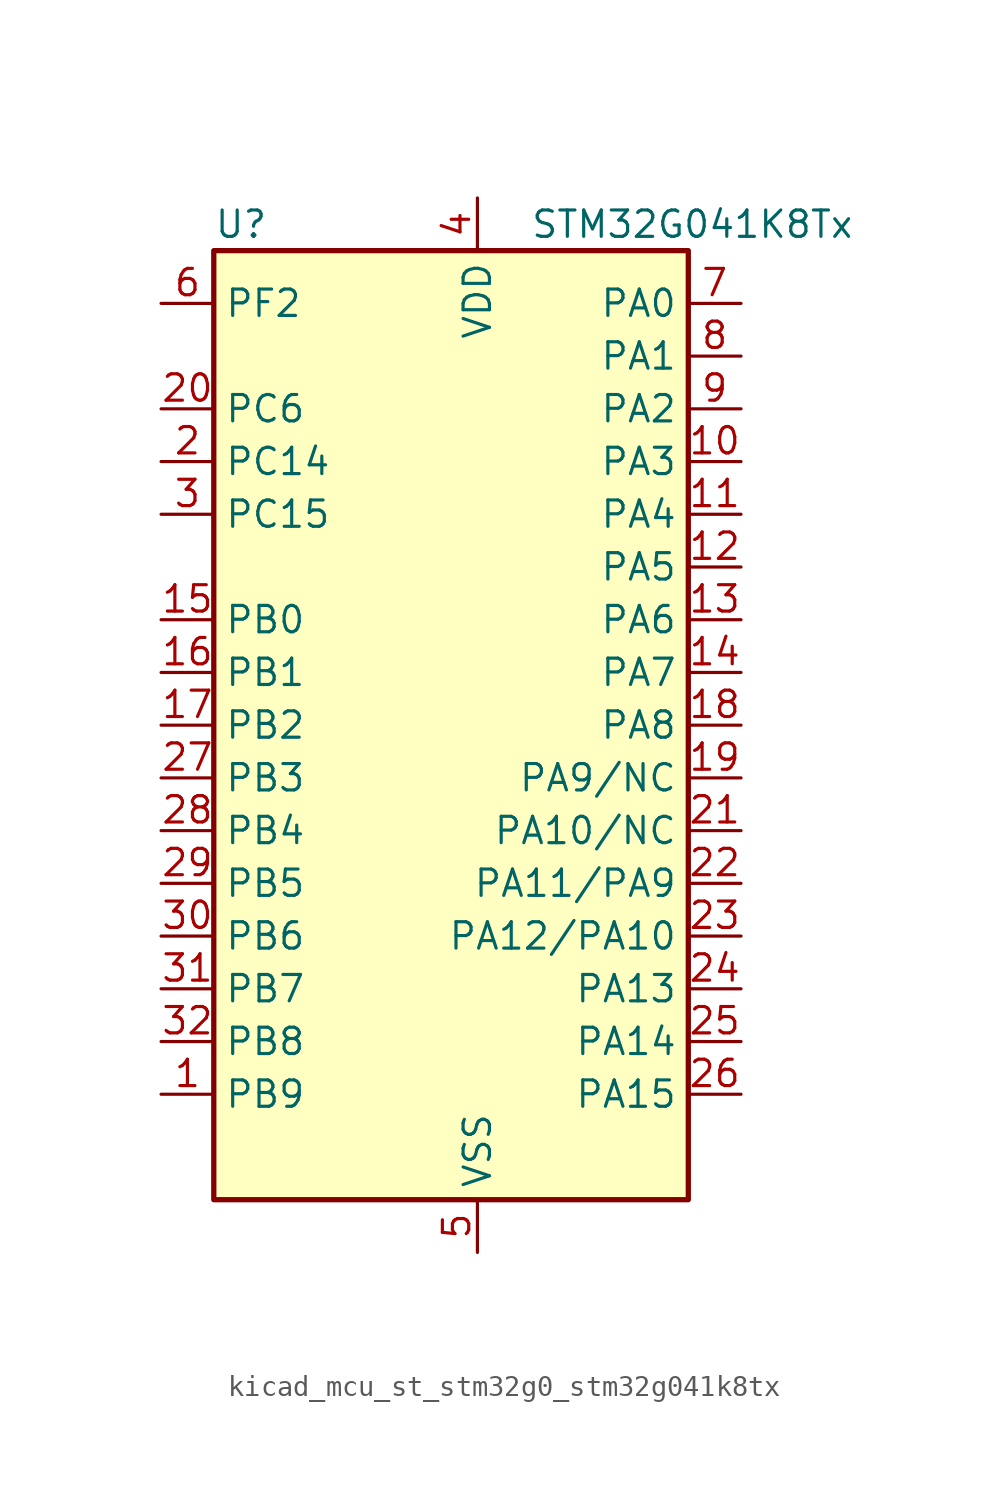
<source format=kicad_sym>
(kicad_symbol_lib
  (version 20220914)
  (generator kicad_symbol_editor)
  (symbol "kicad_mcu_st_stm32g0_stm32g041k8tx"
    (property "Reference" "U"
      (at -10.16 24.13 0)
      (effects (font (size 1.27 1.27)) (justify left)))
    (property "Value" "STM32G041K8Tx"
      (at 5.08 24.13 0)
      (effects (font (size 1.27 1.27)) (justify left)))
    (property "ki_locked" ""
      (at 0 0 0)
      (effects (font (size 1.27 1.27))))
    (symbol "kicad_mcu_st_stm32g0_stm32g041k8tx_0_1"
      (rectangle (start -10.16 -22.86) (end 12.7 22.86) (stroke (width 0.254) (type default)) (fill (type background))))
    (symbol "kicad_mcu_st_stm32g0_stm32g041k8tx_1_1"
      (pin bidirectional line (at -12.7 -17.78 0) (length 2.54) (name "PB9" (effects (font (size 1.27 1.27)))) (number "1" (effects (font (size 1.27 1.27)))) (alternate "I2C1_SDA" bidirectional line) (alternate "IR_OUT" bidirectional line) (alternate "SPI2_NSS" bidirectional line) (alternate "TIM17_CH1" bidirectional line))
      (pin bidirectional line (at 15.24 12.7 180) (length 2.54) (name "PA3" (effects (font (size 1.27 1.27)))) (number "10" (effects (font (size 1.27 1.27)))) (alternate "ADC1_IN3" bidirectional line) (alternate "LPUART1_RX" bidirectional line) (alternate "SPI2_MISO" bidirectional line) (alternate "TIM2_CH4" bidirectional line) (alternate "USART2_RX" bidirectional line))
      (pin bidirectional line (at 15.24 10.16 180) (length 2.54) (name "PA4" (effects (font (size 1.27 1.27)))) (number "11" (effects (font (size 1.27 1.27)))) (alternate "ADC1_IN4" bidirectional line) (alternate "I2S1_WS" bidirectional line) (alternate "LPTIM2_OUT" bidirectional line) (alternate "RTC_OUT_ALARM" bidirectional line) (alternate "RTC_OUT_CALIB" bidirectional line) (alternate "RTC_TAMP_IN1" bidirectional line) (alternate "RTC_TS" bidirectional line) (alternate "SPI1_NSS" bidirectional line) (alternate "SPI2_MOSI" bidirectional line) (alternate "SYS_WKUP2" bidirectional line) (alternate "TIM14_CH1" bidirectional line))
      (pin bidirectional line (at 15.24 7.62 180) (length 2.54) (name "PA5" (effects (font (size 1.27 1.27)))) (number "12" (effects (font (size 1.27 1.27)))) (alternate "ADC1_IN5" bidirectional line) (alternate "I2S1_CK" bidirectional line) (alternate "LPTIM2_ETR" bidirectional line) (alternate "SPI1_SCK" bidirectional line) (alternate "TIM2_CH1" bidirectional line) (alternate "TIM2_ETR" bidirectional line))
      (pin bidirectional line (at 15.24 5.08 180) (length 2.54) (name "PA6" (effects (font (size 1.27 1.27)))) (number "13" (effects (font (size 1.27 1.27)))) (alternate "ADC1_IN6" bidirectional line) (alternate "I2S1_MCK" bidirectional line) (alternate "LPUART1_CTS" bidirectional line) (alternate "SPI1_MISO" bidirectional line) (alternate "TIM16_CH1" bidirectional line) (alternate "TIM1_BK" bidirectional line) (alternate "TIM3_CH1" bidirectional line))
      (pin bidirectional line (at 15.24 2.54 180) (length 2.54) (name "PA7" (effects (font (size 1.27 1.27)))) (number "14" (effects (font (size 1.27 1.27)))) (alternate "ADC1_IN7" bidirectional line) (alternate "I2S1_SD" bidirectional line) (alternate "SPI1_MOSI" bidirectional line) (alternate "TIM14_CH1" bidirectional line) (alternate "TIM17_CH1" bidirectional line) (alternate "TIM1_CH1N" bidirectional line) (alternate "TIM3_CH2" bidirectional line))
      (pin bidirectional line (at -12.7 5.08 0) (length 2.54) (name "PB0" (effects (font (size 1.27 1.27)))) (number "15" (effects (font (size 1.27 1.27)))) (alternate "ADC1_IN8" bidirectional line) (alternate "I2S1_WS" bidirectional line) (alternate "LPTIM1_OUT" bidirectional line) (alternate "SPI1_NSS" bidirectional line) (alternate "TIM1_CH2N" bidirectional line) (alternate "TIM3_CH3" bidirectional line))
      (pin bidirectional line (at -12.7 2.54 0) (length 2.54) (name "PB1" (effects (font (size 1.27 1.27)))) (number "16" (effects (font (size 1.27 1.27)))) (alternate "ADC1_IN9" bidirectional line) (alternate "LPTIM2_IN1" bidirectional line) (alternate "LPUART1_DE" bidirectional line) (alternate "LPUART1_RTS" bidirectional line) (alternate "TIM14_CH1" bidirectional line) (alternate "TIM1_CH3N" bidirectional line) (alternate "TIM3_CH4" bidirectional line))
      (pin bidirectional line (at -12.7 0 0) (length 2.54) (name "PB2" (effects (font (size 1.27 1.27)))) (number "17" (effects (font (size 1.27 1.27)))) (alternate "ADC1_IN10" bidirectional line) (alternate "LPTIM1_OUT" bidirectional line) (alternate "SPI2_MISO" bidirectional line))
      (pin bidirectional line (at 15.24 0 180) (length 2.54) (name "PA8" (effects (font (size 1.27 1.27)))) (number "18" (effects (font (size 1.27 1.27)))) (alternate "LPTIM2_OUT" bidirectional line) (alternate "RCC_MCO" bidirectional line) (alternate "SPI2_NSS" bidirectional line) (alternate "TIM1_CH1" bidirectional line))
      (pin bidirectional line (at 15.24 -2.54 180) (length 2.54) (name "PA9/NC" (effects (font (size 1.27 1.27)))) (number "19" (effects (font (size 1.27 1.27)))) (alternate "I2C1_SCL" bidirectional line) (alternate "RCC_MCO" bidirectional line) (alternate "SPI2_MISO" bidirectional line) (alternate "TIM1_CH2" bidirectional line) (alternate "USART1_TX" bidirectional line))
      (pin bidirectional line (at -12.7 12.7 0) (length 2.54) (name "PC14" (effects (font (size 1.27 1.27)))) (number "2" (effects (font (size 1.27 1.27)))) (alternate "RCC_OSC32_IN" bidirectional line) (alternate "RCC_OSC_IN" bidirectional line) (alternate "TIM1_BK2" bidirectional line))
      (pin bidirectional line (at -12.7 15.24 0) (length 2.54) (name "PC6" (effects (font (size 1.27 1.27)))) (number "20" (effects (font (size 1.27 1.27)))) (alternate "TIM2_CH3" bidirectional line) (alternate "TIM3_CH1" bidirectional line))
      (pin bidirectional line (at 15.24 -5.08 180) (length 2.54) (name "PA10/NC" (effects (font (size 1.27 1.27)))) (number "21" (effects (font (size 1.27 1.27)))) (alternate "I2C1_SDA" bidirectional line) (alternate "SPI2_MOSI" bidirectional line) (alternate "TIM17_BK" bidirectional line) (alternate "TIM1_CH3" bidirectional line) (alternate "USART1_RX" bidirectional line))
      (pin bidirectional line (at 15.24 -7.62 180) (length 2.54) (name "PA11/PA9" (effects (font (size 1.27 1.27)))) (number "22" (effects (font (size 1.27 1.27)))) (alternate "ADC1_EXTI11" bidirectional line) (alternate "ADC1_IN15" bidirectional line) (alternate "I2C2_SCL" bidirectional line) (alternate "I2S1_MCK" bidirectional line) (alternate "SPI1_MISO" bidirectional line) (alternate "TIM1_BK2" bidirectional line) (alternate "TIM1_CH4" bidirectional line) (alternate "USART1_CTS" bidirectional line) (alternate "USART1_NSS" bidirectional line))
      (pin bidirectional line (at 15.24 -10.16 180) (length 2.54) (name "PA12/PA10" (effects (font (size 1.27 1.27)))) (number "23" (effects (font (size 1.27 1.27)))) (alternate "ADC1_IN16" bidirectional line) (alternate "I2C2_SDA" bidirectional line) (alternate "I2S1_SD" bidirectional line) (alternate "I2S_CKIN" bidirectional line) (alternate "SPI1_MOSI" bidirectional line) (alternate "TIM1_ETR" bidirectional line) (alternate "USART1_CK" bidirectional line) (alternate "USART1_DE" bidirectional line) (alternate "USART1_RTS" bidirectional line))
      (pin bidirectional line (at 15.24 -12.7 180) (length 2.54) (name "PA13" (effects (font (size 1.27 1.27)))) (number "24" (effects (font (size 1.27 1.27)))) (alternate "ADC1_IN17" bidirectional line) (alternate "IR_OUT" bidirectional line) (alternate "SYS_SWDIO" bidirectional line))
      (pin bidirectional line (at 15.24 -15.24 180) (length 2.54) (name "PA14" (effects (font (size 1.27 1.27)))) (number "25" (effects (font (size 1.27 1.27)))) (alternate "ADC1_IN18" bidirectional line) (alternate "SYS_SWCLK" bidirectional line) (alternate "USART2_TX" bidirectional line))
      (pin bidirectional line (at 15.24 -17.78 180) (length 2.54) (name "PA15" (effects (font (size 1.27 1.27)))) (number "26" (effects (font (size 1.27 1.27)))) (alternate "I2S1_WS" bidirectional line) (alternate "SPI1_NSS" bidirectional line) (alternate "TIM2_CH1" bidirectional line) (alternate "TIM2_ETR" bidirectional line) (alternate "USART2_RX" bidirectional line))
      (pin bidirectional line (at -12.7 -2.54 0) (length 2.54) (name "PB3" (effects (font (size 1.27 1.27)))) (number "27" (effects (font (size 1.27 1.27)))) (alternate "I2S1_CK" bidirectional line) (alternate "SPI1_SCK" bidirectional line) (alternate "TIM1_CH2" bidirectional line) (alternate "TIM2_CH2" bidirectional line) (alternate "USART1_CK" bidirectional line) (alternate "USART1_DE" bidirectional line) (alternate "USART1_RTS" bidirectional line))
      (pin bidirectional line (at -12.7 -5.08 0) (length 2.54) (name "PB4" (effects (font (size 1.27 1.27)))) (number "28" (effects (font (size 1.27 1.27)))) (alternate "I2S1_MCK" bidirectional line) (alternate "SPI1_MISO" bidirectional line) (alternate "TIM17_BK" bidirectional line) (alternate "TIM3_CH1" bidirectional line) (alternate "USART1_CTS" bidirectional line) (alternate "USART1_NSS" bidirectional line))
      (pin bidirectional line (at -12.7 -7.62 0) (length 2.54) (name "PB5" (effects (font (size 1.27 1.27)))) (number "29" (effects (font (size 1.27 1.27)))) (alternate "I2C1_SMBA" bidirectional line) (alternate "I2S1_SD" bidirectional line) (alternate "LPTIM1_IN1" bidirectional line) (alternate "SPI1_MOSI" bidirectional line) (alternate "SYS_WKUP6" bidirectional line) (alternate "TIM16_BK" bidirectional line) (alternate "TIM3_CH2" bidirectional line))
      (pin bidirectional line (at -12.7 10.16 0) (length 2.54) (name "PC15" (effects (font (size 1.27 1.27)))) (number "3" (effects (font (size 1.27 1.27)))) (alternate "RCC_OSC32_EN" bidirectional line) (alternate "RCC_OSC32_OUT" bidirectional line) (alternate "RCC_OSC_EN" bidirectional line))
      (pin bidirectional line (at -12.7 -10.16 0) (length 2.54) (name "PB6" (effects (font (size 1.27 1.27)))) (number "30" (effects (font (size 1.27 1.27)))) (alternate "I2C1_SCL" bidirectional line) (alternate "LPTIM1_ETR" bidirectional line) (alternate "SPI2_MISO" bidirectional line) (alternate "TIM16_CH1N" bidirectional line) (alternate "TIM1_CH3" bidirectional line) (alternate "USART1_TX" bidirectional line))
      (pin bidirectional line (at -12.7 -12.7 0) (length 2.54) (name "PB7" (effects (font (size 1.27 1.27)))) (number "31" (effects (font (size 1.27 1.27)))) (alternate "ADC1_IN11" bidirectional line) (alternate "I2C1_SDA" bidirectional line) (alternate "LPTIM1_IN2" bidirectional line) (alternate "SPI2_MOSI" bidirectional line) (alternate "SYS_PVD_IN" bidirectional line) (alternate "TIM17_CH1N" bidirectional line) (alternate "USART1_RX" bidirectional line))
      (pin bidirectional line (at -12.7 -15.24 0) (length 2.54) (name "PB8" (effects (font (size 1.27 1.27)))) (number "32" (effects (font (size 1.27 1.27)))) (alternate "I2C1_SCL" bidirectional line) (alternate "SPI2_SCK" bidirectional line) (alternate "TIM16_CH1" bidirectional line))
      (pin power_in line (at 2.54 25.4 270) (length 2.54) (name "VDD" (effects (font (size 1.27 1.27)))) (number "4" (effects (font (size 1.27 1.27)))))
      (pin power_in line (at 2.54 -25.4 90) (length 2.54) (name "VSS" (effects (font (size 1.27 1.27)))) (number "5" (effects (font (size 1.27 1.27)))))
      (pin bidirectional line (at -12.7 20.32 0) (length 2.54) (name "PF2" (effects (font (size 1.27 1.27)))) (number "6" (effects (font (size 1.27 1.27)))) (alternate "RCC_MCO" bidirectional line))
      (pin bidirectional line (at 15.24 20.32 180) (length 2.54) (name "PA0" (effects (font (size 1.27 1.27)))) (number "7" (effects (font (size 1.27 1.27)))) (alternate "ADC1_IN0" bidirectional line) (alternate "LPTIM1_OUT" bidirectional line) (alternate "RTC_TAMP_IN2" bidirectional line) (alternate "SPI2_SCK" bidirectional line) (alternate "SYS_WKUP1" bidirectional line) (alternate "TIM2_CH1" bidirectional line) (alternate "TIM2_ETR" bidirectional line) (alternate "USART2_CTS" bidirectional line) (alternate "USART2_NSS" bidirectional line))
      (pin bidirectional line (at 15.24 17.78 180) (length 2.54) (name "PA1" (effects (font (size 1.27 1.27)))) (number "8" (effects (font (size 1.27 1.27)))) (alternate "ADC1_IN1" bidirectional line) (alternate "I2C1_SMBA" bidirectional line) (alternate "I2S1_CK" bidirectional line) (alternate "SPI1_SCK" bidirectional line) (alternate "TIM2_CH2" bidirectional line) (alternate "USART2_CK" bidirectional line) (alternate "USART2_DE" bidirectional line) (alternate "USART2_RTS" bidirectional line))
      (pin bidirectional line (at 15.24 15.24 180) (length 2.54) (name "PA2" (effects (font (size 1.27 1.27)))) (number "9" (effects (font (size 1.27 1.27)))) (alternate "ADC1_IN2" bidirectional line) (alternate "I2S1_SD" bidirectional line) (alternate "LPUART1_TX" bidirectional line) (alternate "RCC_LSCO" bidirectional line) (alternate "SPI1_MOSI" bidirectional line) (alternate "SYS_WKUP4" bidirectional line) (alternate "TIM2_CH3" bidirectional line) (alternate "USART2_TX" bidirectional line)))))
</source>
